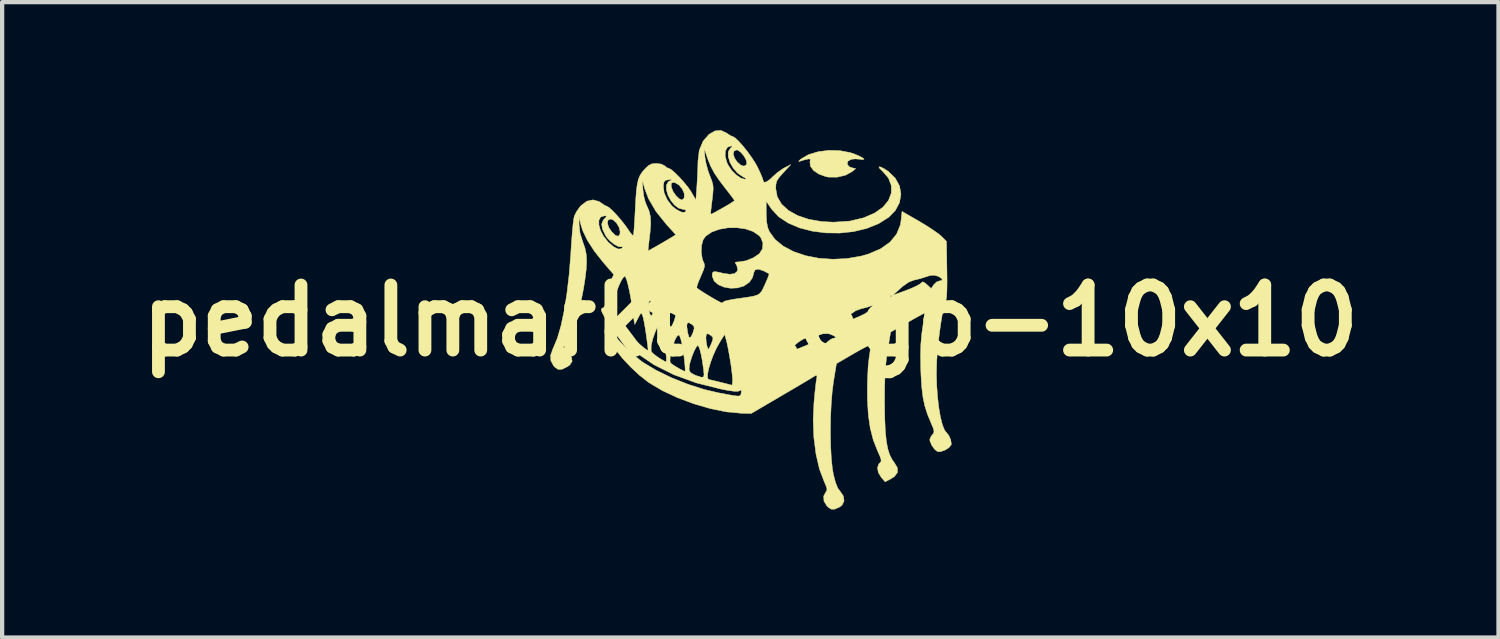
<source format=kicad_pcb>
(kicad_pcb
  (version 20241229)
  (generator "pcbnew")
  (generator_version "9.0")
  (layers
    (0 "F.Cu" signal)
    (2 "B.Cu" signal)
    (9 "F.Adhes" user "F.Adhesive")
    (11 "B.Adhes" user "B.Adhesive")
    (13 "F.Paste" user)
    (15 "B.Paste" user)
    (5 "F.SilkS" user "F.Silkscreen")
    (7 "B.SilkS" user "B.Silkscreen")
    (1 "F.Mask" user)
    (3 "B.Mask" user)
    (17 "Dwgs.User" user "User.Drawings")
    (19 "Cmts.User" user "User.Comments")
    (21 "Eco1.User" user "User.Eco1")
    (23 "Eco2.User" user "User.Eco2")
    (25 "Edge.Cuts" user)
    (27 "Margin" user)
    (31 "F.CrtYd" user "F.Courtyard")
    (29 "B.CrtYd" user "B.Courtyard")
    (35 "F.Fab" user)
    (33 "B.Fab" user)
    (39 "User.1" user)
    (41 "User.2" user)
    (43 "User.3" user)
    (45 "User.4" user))
  (footprint "pedalmarkt-logo-10x10"
    (layer "F.Cu")
    (at 14.522 4.459)
    (property "Reference" "pedalmarkt-logo-10x10" (at 0 0 0) (layer "F.SilkS") (effects (font (size 1.524 1.524) (thickness 0.3))))
    (attr through_hole)
    (fp_poly (pts (xy 2.097 -3.981) (xy 2.344 -3.934) (xy 2.426 -3.906) (xy 2.554 -3.853) (xy 2.635 -3.809) (xy 2.663 -3.78) (xy 2.633 -3.771) (xy 2.569 -3.78) (xy 2.454 -3.788) (xy 2.363 -3.778) (xy 2.285 -3.734) (xy 2.268 -3.669) (xy 2.31 -3.609) (xy 2.368 -3.584) (xy 2.467 -3.559) (xy 2.384 -3.491) (xy 2.227 -3.405) (xy 2.033 -3.36) (xy 1.833 -3.361) (xy 1.766 -3.374) (xy 1.603 -3.433) (xy 1.479 -3.518) (xy 1.407 -3.617) (xy 1.395 -3.72) (xy 1.402 -3.743) (xy 1.405 -3.779) (xy 1.368 -3.788) (xy 1.282 -3.77) (xy 1.166 -3.734) (xy 1.131 -3.729) (xy 1.154 -3.758) (xy 1.185 -3.784) (xy 1.362 -3.888) (xy 1.587 -3.956) (xy 1.838 -3.988) (xy 2.097 -3.981)) (stroke (width 0.01) (type solid)) (fill yes) (layer "F.SilkS"))
    (fp_poly (pts (xy -0.551 -4.391) (xy -0.548 -4.388) (xy -0.471 -4.336) (xy -0.418 -4.314) (xy -0.417 -4.314) (xy -0.362 -4.285) (xy -0.279 -4.207) (xy -0.177 -4.094) (xy -0.069 -3.96) (xy 0.034 -3.817) (xy 0.122 -3.681) (xy 0.164 -3.604) (xy 0.227 -3.472) (xy 0.274 -3.362) (xy 0.297 -3.294) (xy 0.298 -3.286) (xy 0.319 -3.24) (xy 0.377 -3.25) (xy 0.466 -3.314) (xy 0.523 -3.369) (xy 0.635 -3.469) (xy 0.762 -3.557) (xy 0.8 -3.579) (xy 0.948 -3.655) (xy 0.772 -3.465) (xy 0.677 -3.358) (xy 0.624 -3.278) (xy 0.6 -3.199) (xy 0.595 -3.097) (xy 0.595 -3.094) (xy 0.63 -2.901) (xy 0.731 -2.728) (xy 0.893 -2.581) (xy 1.107 -2.461) (xy 1.369 -2.373) (xy 1.672 -2.32) (xy 1.952 -2.306) (xy 2.326 -2.331) (xy 2.653 -2.408) (xy 2.914 -2.521) (xy 3.106 -2.657) (xy 3.236 -2.816) (xy 3.301 -2.989) (xy 3.301 -3.166) (xy 3.234 -3.34) (xy 3.097 -3.499) (xy 3.085 -3.51) (xy 3.021 -3.573) (xy 3.012 -3.603) (xy 3.05 -3.599) (xy 3.126 -3.563) (xy 3.229 -3.496) (xy 3.229 -3.496) (xy 3.394 -3.337) (xy 3.494 -3.155) (xy 3.527 -2.96) (xy 3.493 -2.764) (xy 3.394 -2.577) (xy 3.242 -2.422) (xy 3.001 -2.27) (xy 2.721 -2.158) (xy 2.414 -2.085) (xy 2.093 -2.051) (xy 1.768 -2.055) (xy 1.451 -2.096) (xy 1.154 -2.172) (xy 0.888 -2.285) (xy 0.666 -2.431) (xy 0.498 -2.612) (xy 0.493 -2.619) (xy 0.372 -2.798) (xy 0.372 -2.513) (xy 0.38 -2.322) (xy 0.407 -2.18) (xy 0.445 -2.086) (xy 0.579 -1.901) (xy 0.772 -1.744) (xy 1.015 -1.616) (xy 1.296 -1.521) (xy 1.605 -1.461) (xy 1.931 -1.438) (xy 2.264 -1.454) (xy 2.594 -1.511) (xy 2.774 -1.563) (xy 3.054 -1.684) (xy 3.271 -1.839) (xy 3.425 -2.026) (xy 3.513 -2.242) (xy 3.529 -2.341) (xy 3.552 -2.558) (xy 3.955 -2.326) (xy 4.122 -2.225) (xy 4.277 -2.124) (xy 4.402 -2.037) (xy 4.475 -1.976) (xy 4.593 -1.858) (xy 4.604 -1.187) (xy 4.607 -0.92) (xy 4.604 -0.709) (xy 4.596 -0.561) (xy 4.583 -0.48) (xy 4.578 -0.469) (xy 4.552 -0.406) (xy 4.521 -0.283) (xy 4.489 -0.112) (xy 4.456 0.092) (xy 4.425 0.316) (xy 4.398 0.548) (xy 4.377 0.772) (xy 4.364 0.967) (xy 4.358 1.239) (xy 4.365 1.517) (xy 4.385 1.787) (xy 4.414 2.039) (xy 4.452 2.26) (xy 4.498 2.439) (xy 4.548 2.564) (xy 4.589 2.616) (xy 4.648 2.689) (xy 4.692 2.789) (xy 4.707 2.883) (xy 4.702 2.912) (xy 4.647 2.978) (xy 4.551 3.036) (xy 4.449 3.069) (xy 4.387 3.068) (xy 4.319 3.017) (xy 4.253 2.927) (xy 4.209 2.828) (xy 4.202 2.785) (xy 4.225 2.724) (xy 4.263 2.672) (xy 4.295 2.629) (xy 4.301 2.583) (xy 4.281 2.511) (xy 4.23 2.393) (xy 4.229 2.39) (xy 4.147 2.189) (xy 4.086 1.997) (xy 4.043 1.795) (xy 4.015 1.564) (xy 3.997 1.286) (xy 3.992 1.153) (xy 3.986 0.827) (xy 3.993 0.554) (xy 4.014 0.312) (xy 4.029 0.205) (xy 4.052 0.049) (xy 4.069 -0.076) (xy 4.078 -0.155) (xy 4.078 -0.174) (xy 4.045 -0.159) (xy 3.961 -0.114) (xy 3.837 -0.046) (xy 3.686 0.039) (xy 3.678 0.044) (xy 3.285 0.269) (xy 3.214 0.702) (xy 3.186 0.896) (xy 3.165 1.097) (xy 3.152 1.32) (xy 3.145 1.583) (xy 3.143 1.902) (xy 3.143 1.915) (xy 3.148 2.274) (xy 3.16 2.567) (xy 3.183 2.804) (xy 3.216 2.992) (xy 3.262 3.14) (xy 3.322 3.257) (xy 3.368 3.32) (xy 3.443 3.445) (xy 3.446 3.555) (xy 3.375 3.651) (xy 3.298 3.7) (xy 3.157 3.775) (xy 3.066 3.67) (xy 2.997 3.557) (xy 2.978 3.444) (xy 3.01 3.354) (xy 3.033 3.332) (xy 3.06 3.302) (xy 3.062 3.257) (xy 3.038 3.181) (xy 2.982 3.055) (xy 2.979 3.049) (xy 2.879 2.794) (xy 2.808 2.52) (xy 2.763 2.211) (xy 2.742 1.851) (xy 2.74 1.673) (xy 2.742 1.452) (xy 2.751 1.23) (xy 2.764 1.031) (xy 2.78 0.879) (xy 2.783 0.86) (xy 2.803 0.726) (xy 2.814 0.623) (xy 2.814 0.571) (xy 2.812 0.569) (xy 2.776 0.58) (xy 2.689 0.623) (xy 2.563 0.69) (xy 2.413 0.776) (xy 2.406 0.78) (xy 2.017 1.007) (xy 1.948 1.424) (xy 1.916 1.676) (xy 1.893 1.971) (xy 1.879 2.289) (xy 1.875 2.615) (xy 1.881 2.931) (xy 1.896 3.219) (xy 1.921 3.463) (xy 1.944 3.597) (xy 1.994 3.79) (xy 2.048 3.922) (xy 2.102 3.995) (xy 2.18 4.11) (xy 2.195 4.224) (xy 2.147 4.322) (xy 2.084 4.369) (xy 1.97 4.416) (xy 1.888 4.414) (xy 1.81 4.358) (xy 1.792 4.339) (xy 1.724 4.226) (xy 1.718 4.108) (xy 1.765 4.018) (xy 1.793 3.975) (xy 1.792 3.922) (xy 1.76 3.837) (xy 1.731 3.773) (xy 1.619 3.478) (xy 1.538 3.128) (xy 1.488 2.74) (xy 1.472 2.328) (xy 1.49 1.925) (xy 1.506 1.742) (xy 1.524 1.575) (xy 1.539 1.444) (xy 1.549 1.381) (xy 1.561 1.299) (xy 1.548 1.277) (xy 1.498 1.303) (xy 1.483 1.312) (xy 1.425 1.348) (xy 1.314 1.414) (xy 1.161 1.505) (xy 0.976 1.614) (xy 0.771 1.734) (xy 0.707 1.772) (xy 0.019 2.175) (xy -0.223 2.168) (xy -0.564 2.136) (xy -0.939 2.059) (xy -1.327 1.946) (xy -1.708 1.803) (xy -2.061 1.638) (xy -2.366 1.457) (xy -2.401 1.432) (xy -2.605 1.271) (xy -2.805 1.084) (xy -2.992 0.884) (xy -3.152 0.685) (xy -3.275 0.499) (xy -3.349 0.341) (xy -3.353 0.331) (xy -3.375 0.222) (xy -3.366 0.163) (xy -3.332 0.161) (xy -3.279 0.223) (xy -3.19 0.339) (xy -3.061 0.483) (xy -2.907 0.638) (xy -2.747 0.787) (xy -2.599 0.913) (xy -2.515 0.976) (xy -2.205 1.162) (xy -1.845 1.337) (xy -1.458 1.491) (xy -1.068 1.615) (xy -0.75 1.689) (xy -0.546 1.728) (xy -0.404 1.753) (xy -0.312 1.765) (xy -0.258 1.764) (xy -0.231 1.75) (xy -0.22 1.723) (xy -0.214 1.69) (xy -0.208 1.629) (xy -0.231 1.629) (xy -0.246 1.64) (xy -0.292 1.656) (xy -0.379 1.654) (xy -0.518 1.635) (xy -0.68 1.604) (xy -1.261 1.459) (xy -1.582 1.342) (xy -1.003 1.342) (xy -0.977 1.378) (xy -0.976 1.378) (xy -0.929 1.388) (xy -0.83 1.411) (xy -0.7 1.443) (xy -0.688 1.446) (xy -0.428 1.512) (xy -0.417 1.432) (xy -0.417 1.362) (xy -0.428 1.239) (xy -0.447 1.083) (xy -0.462 0.983) (xy -0.491 0.807) (xy -0.495 0.787) (xy 0.762 0.787) (xy 0.837 0.762) (xy 0.905 0.737) (xy 1.021 0.693) (xy 1.162 0.64) (xy 1.199 0.625) (xy 1.331 0.571) (xy 1.432 0.522) (xy 1.484 0.487) (xy 1.488 0.48) (xy 1.51 0.448) (xy 1.568 0.465) (xy 1.635 0.52) (xy 1.687 0.566) (xy 1.727 0.567) (xy 1.783 0.519) (xy 1.801 0.501) (xy 1.882 0.438) (xy 1.955 0.408) (xy 1.96 0.408) (xy 2.004 0.403) (xy 1.989 0.379) (xy 1.955 0.352) (xy 1.84 0.307) (xy 1.7 0.307) (xy 1.565 0.352) (xy 1.562 0.353) (xy 1.456 0.392) (xy 1.347 0.408) (xy 1.241 0.43) (xy 1.126 0.503) (xy 1.068 0.552) (xy 0.967 0.64) (xy 0.877 0.713) (xy 0.837 0.741) (xy 0.762 0.787) (xy -0.495 0.787) (xy -0.522 0.642) (xy -0.549 0.512) (xy -0.56 0.468) (xy -0.602 0.322) (xy -0.716 0.505) (xy -0.796 0.649) (xy -0.869 0.81) (xy -0.93 0.974) (xy -0.976 1.126) (xy -1.001 1.254) (xy -1.003 1.342) (xy -1.582 1.342) (xy -1.788 1.268) (xy -2.258 1.032) (xy -2.67 0.752) (xy -2.731 0.697) (xy -2.324 0.697) (xy -2.31 0.737) (xy -2.265 0.781) (xy -2.182 0.843) (xy -2.088 0.905) (xy -2.007 0.951) (xy -1.969 0.966) (xy -1.965 0.941) (xy -1.882 0.941) (xy -1.869 0.99) (xy -1.825 1.026) (xy -1.742 1.079) (xy -1.646 1.135) (xy -1.564 1.176) (xy -1.529 1.188) (xy -1.526 1.156) (xy -1.526 1.146) (xy -1.435 1.146) (xy -1.405 1.213) (xy -1.322 1.264) (xy -1.246 1.294) (xy -1.147 1.325) (xy -1.098 1.32) (xy -1.084 1.268) (xy -1.094 1.156) (xy -1.096 1.144) (xy -1.124 0.944) (xy -1.156 0.778) (xy -1.188 0.656) (xy -1.218 0.59) (xy -1.236 0.582) (xy -1.276 0.634) (xy -1.326 0.735) (xy -1.375 0.86) (xy -1.414 0.988) (xy -1.427 1.045) (xy -1.435 1.146) (xy -1.526 1.146) (xy -1.53 1.069) (xy -1.54 0.958) (xy -1.566 0.748) (xy -1.596 0.569) (xy -1.628 0.434) (xy -1.658 0.353) (xy -1.677 0.335) (xy -1.72 0.368) (xy -1.767 0.455) (xy -1.813 0.576) (xy -1.851 0.711) (xy -1.876 0.839) (xy -1.882 0.941) (xy -1.965 0.941) (xy -1.964 0.932) (xy -1.969 0.841) (xy -1.983 0.71) (xy -1.993 0.634) (xy -2.027 0.397) (xy -2.056 0.23) (xy -2.083 0.127) (xy -2.11 0.083) (xy -2.141 0.095) (xy -2.179 0.155) (xy -2.222 0.251) (xy -2.286 0.429) (xy -2.321 0.583) (xy -2.324 0.697) (xy -2.731 0.697) (xy -3.024 0.428) (xy -3.317 0.063) (xy -3.326 0.049) (xy -3.425 -0.106) (xy -3.479 -0.21) (xy -3.484 -0.237) (xy -3.231 -0.237) (xy -3.225 -0.163) (xy -3.198 -0.095) (xy -3.141 -0.013) (xy -3.046 0.103) (xy -3.033 0.119) (xy -2.944 0.217) (xy -2.834 0.329) (xy -2.714 0.443) (xy -2.598 0.548) (xy -2.498 0.632) (xy -2.426 0.685) (xy -2.395 0.696) (xy -2.397 0.658) (xy -2.407 0.563) (xy -2.425 0.428) (xy -2.438 0.335) (xy -2.463 0.17) (xy -2.489 0.024) (xy -2.512 -0.081) (xy -2.521 -0.111) (xy -2.544 -0.165) (xy -2.565 -0.17) (xy -2.598 -0.119) (xy -2.63 -0.057) (xy -2.706 0.089) (xy -2.727 -0.02) (xy -2.743 -0.121) (xy -2.762 -0.257) (xy -2.772 -0.335) (xy -2.775 -0.358) (xy -2.38 -0.358) (xy -2.372 -0.244) (xy -2.352 -0.155) (xy -2.325 -0.112) (xy -2.321 -0.112) (xy -2.299 -0.142) (xy -2.293 -0.155) (xy -1.934 -0.155) (xy -1.926 -0.056) (xy -1.907 0.045) (xy -1.883 0.122) (xy -1.862 0.149) (xy -1.844 0.128) (xy -1.488 0.128) (xy -1.47 0.262) (xy -1.464 0.293) (xy -1.438 0.383) (xy -1.408 0.4) (xy -1.408 0.4) (xy -1.041 0.4) (xy -1.033 0.497) (xy -1.016 0.592) (xy -0.994 0.656) (xy -0.982 0.669) (xy -0.96 0.639) (xy -0.923 0.562) (xy -0.911 0.534) (xy -0.878 0.444) (xy -0.878 0.393) (xy -0.913 0.355) (xy -0.92 0.349) (xy -0.995 0.305) (xy -1.031 0.32) (xy -1.041 0.4) (xy -1.408 0.4) (xy -1.371 0.345) (xy -1.343 0.276) (xy -1.315 0.185) (xy -1.322 0.133) (xy -1.363 0.091) (xy -1.421 0.057) (xy 2.112 0.057) (xy 2.165 0.046) (xy 2.268 0.013) (xy 2.388 -0.031) (xy 2.551 -0.097) (xy 2.675 -0.157) (xy 2.748 -0.204) (xy 2.761 -0.223) (xy 2.782 -0.246) (xy 2.832 -0.217) (xy 2.881 -0.171) (xy 2.955 -0.11) (xy 2.999 -0.099) (xy 3.004 -0.107) (xy 3.067 -0.197) (xy 3.165 -0.254) (xy 3.21 -0.262) (xy 3.264 -0.265) (xy 3.263 -0.284) (xy 3.206 -0.333) (xy 3.203 -0.336) (xy 3.104 -0.395) (xy 2.998 -0.402) (xy 2.861 -0.358) (xy 2.856 -0.355) (xy 2.728 -0.311) (xy 2.598 -0.28) (xy 2.47 -0.234) (xy 2.343 -0.146) (xy 2.336 -0.139) (xy 2.237 -0.05) (xy 2.142 0.026) (xy 2.118 0.044) (xy 2.112 0.057) (xy -1.421 0.057) (xy -1.437 0.048) (xy -1.478 0.058) (xy -1.488 0.128) (xy -1.844 0.128) (xy -1.835 0.117) (xy -1.798 0.04) (xy -1.789 0.016) (xy -1.761 -0.072) (xy -1.752 -0.124) (xy -1.754 -0.128) (xy -1.793 -0.151) (xy -1.85 -0.182) (xy -1.912 -0.207) (xy -1.932 -0.183) (xy -1.934 -0.155) (xy -2.293 -0.155) (xy -2.262 -0.219) (xy -2.25 -0.247) (xy -2.216 -0.335) (xy -2.202 -0.386) (xy -2.203 -0.391) (xy -2.24 -0.412) (xy -2.296 -0.443) (xy -2.352 -0.466) (xy -2.375 -0.445) (xy -2.38 -0.366) (xy -2.38 -0.358) (xy -2.775 -0.358) (xy -2.795 -0.501) (xy -2.826 -0.669) (xy -2.849 -0.774) (xy -1.256 -0.774) (xy -1.256 -0.773) (xy -1.222 -0.743) (xy -1.141 -0.688) (xy -1.03 -0.618) (xy -0.909 -0.545) (xy -0.795 -0.479) (xy -0.706 -0.431) (xy -0.66 -0.413) (xy -0.632 -0.436) (xy -0.632 -0.439) (xy -0.598 -0.457) (xy -0.506 -0.48) (xy -0.373 -0.504) (xy -0.288 -0.517) (xy -0.086 -0.545) (xy 0.057 -0.569) (xy 0.085 -0.576) (xy 3.273 -0.576) (xy 3.291 -0.558) (xy 3.31 -0.576) (xy 3.293 -0.594) (xy 3.338 -0.594) (xy 3.646 -0.707) (xy 3.79 -0.765) (xy 3.909 -0.821) (xy 3.983 -0.865) (xy 3.996 -0.878) (xy 4.031 -0.909) (xy 4.074 -0.895) (xy 4.137 -0.843) (xy 4.236 -0.751) (xy 4.294 -0.84) (xy 4.361 -0.906) (xy 4.426 -0.93) (xy 4.49 -0.944) (xy 4.489 -0.978) (xy 4.427 -1.023) (xy 4.39 -1.041) (xy 4.302 -1.065) (xy 4.211 -1.057) (xy 4.12 -1.029) (xy 3.988 -0.987) (xy 3.858 -0.954) (xy 3.83 -0.949) (xy 3.707 -0.901) (xy 3.563 -0.799) (xy 3.519 -0.76) (xy 3.338 -0.594) (xy 3.293 -0.594) (xy 3.291 -0.595) (xy 3.273 -0.576) (xy 0.085 -0.576) (xy 0.154 -0.595) (xy 0.218 -0.633) (xy 0.264 -0.687) (xy 0.305 -0.766) (xy 0.342 -0.846) (xy 0.394 -0.965) (xy 0.429 -1.054) (xy 0.44 -1.096) (xy 0.439 -1.096) (xy 0.402 -1.118) (xy 0.324 -1.159) (xy 0.309 -1.166) (xy 0.191 -1.206) (xy 0.111 -1.188) (xy 0.076 -1.114) (xy 0.074 -1.09) (xy 0.048 -1.003) (xy -0.016 -0.909) (xy -0.03 -0.894) (xy -0.153 -0.81) (xy -0.303 -0.766) (xy -0.463 -0.759) (xy -0.618 -0.786) (xy -0.751 -0.843) (xy -0.848 -0.928) (xy -0.891 -1.038) (xy -0.893 -1.06) (xy -0.887 -1.118) (xy -0.861 -1.145) (xy -0.798 -1.145) (xy -0.683 -1.12) (xy -0.649 -1.111) (xy -0.485 -1.086) (xy -0.369 -1.102) (xy -0.306 -1.157) (xy -0.298 -1.202) (xy -0.316 -1.289) (xy -0.342 -1.331) (xy -0.357 -1.362) (xy -0.314 -1.375) (xy -0.267 -1.376) (xy -0.103 -1.402) (xy 0.069 -1.471) (xy 0.21 -1.567) (xy 0.213 -1.57) (xy 0.284 -1.683) (xy 0.295 -1.815) (xy 0.246 -1.943) (xy 0.208 -1.989) (xy 0.068 -2.086) (xy -0.112 -2.148) (xy -0.316 -2.177) (xy -0.527 -2.174) (xy -0.729 -2.139) (xy -0.906 -2.074) (xy -1.042 -1.98) (xy -1.105 -1.896) (xy -1.142 -1.764) (xy -1.149 -1.602) (xy -1.126 -1.449) (xy -1.101 -1.383) (xy -1.076 -1.324) (xy -1.074 -1.265) (xy -1.097 -1.185) (xy -1.149 -1.063) (xy -1.157 -1.044) (xy -1.21 -0.921) (xy -1.245 -0.825) (xy -1.256 -0.774) (xy -2.849 -0.774) (xy -2.86 -0.823) (xy -2.893 -0.946) (xy -2.923 -1.023) (xy -2.939 -1.041) (xy -2.979 -1.008) (xy -3.031 -0.921) (xy -3.088 -0.798) (xy -3.143 -0.655) (xy -3.189 -0.512) (xy -3.218 -0.384) (xy -3.224 -0.34) (xy -3.231 -0.237) (xy -3.484 -0.237) (xy -3.491 -0.271) (xy -3.463 -0.296) (xy -3.445 -0.298) (xy -3.412 -0.328) (xy -3.387 -0.423) (xy -3.373 -0.538) (xy -3.348 -0.693) (xy -3.307 -0.843) (xy -3.273 -0.928) (xy -3.197 -1.078) (xy -3.451 -1.372) (xy -3.654 -1.63) (xy -3.816 -1.881) (xy -3.928 -2.113) (xy -3.967 -2.243) (xy -3.547 -2.243) (xy -3.51 -2.114) (xy -3.437 -1.975) (xy -3.33 -1.841) (xy -3.321 -1.832) (xy -3.197 -1.727) (xy -3.093 -1.677) (xy -3.017 -1.686) (xy -2.994 -1.71) (xy -2.999 -1.732) (xy -3.022 -1.728) (xy -3.09 -1.735) (xy -3.185 -1.786) (xy -3.284 -1.865) (xy -3.367 -1.956) (xy -3.389 -1.99) (xy -3.463 -2.144) (xy -3.482 -2.261) (xy -3.473 -2.284) (xy -3.346 -2.284) (xy -3.318 -2.188) (xy -3.251 -2.085) (xy -3.16 -1.998) (xy -3.094 -1.975) (xy -3.057 -2.017) (xy -3.049 -2.078) (xy -3.074 -2.187) (xy -3.135 -2.289) (xy -3.214 -2.361) (xy -3.275 -2.38) (xy -3.333 -2.353) (xy -3.346 -2.284) (xy -3.473 -2.284) (xy -3.446 -2.353) (xy -3.425 -2.377) (xy -3.373 -2.432) (xy -3.374 -2.452) (xy -3.42 -2.454) (xy -3.504 -2.427) (xy -3.546 -2.352) (xy -3.547 -2.243) (xy -3.967 -2.243) (xy -3.977 -2.277) (xy -4.008 -2.436) (xy -4.011 -2.25) (xy -3.987 -2.042) (xy -3.923 -1.841) (xy -3.873 -1.699) (xy -3.843 -1.553) (xy -3.834 -1.391) (xy -3.844 -1.196) (xy -3.874 -0.955) (xy -3.909 -0.739) (xy -3.989 -0.33) (xy -4.081 0.013) (xy -4.184 0.286) (xy -4.27 0.449) (xy -4.378 0.618) (xy -4.272 0.737) (xy -4.188 0.856) (xy -4.173 0.952) (xy -4.226 1.036) (xy -4.286 1.079) (xy -4.409 1.139) (xy -4.501 1.142) (xy -4.581 1.087) (xy -4.609 1.055) (xy -4.672 0.937) (xy -4.677 0.809) (xy -4.622 0.653) (xy -4.61 0.63) (xy -4.518 0.407) (xy -4.434 0.117) (xy -4.36 -0.232) (xy -4.296 -0.633) (xy -4.244 -1.077) (xy -4.205 -1.559) (xy -4.2 -1.649) (xy -4.185 -1.875) (xy -4.169 -2.082) (xy -4.152 -2.257) (xy -4.135 -2.385) (xy -4.123 -2.446) (xy -4.073 -2.549) (xy -3.993 -2.662) (xy -3.962 -2.697) (xy -3.827 -2.798) (xy -3.683 -2.829) (xy -3.54 -2.788) (xy -3.486 -2.752) (xy -3.411 -2.7) (xy -3.359 -2.678) (xy -3.358 -2.678) (xy -3.31 -2.65) (xy -3.23 -2.578) (xy -3.132 -2.476) (xy -3.03 -2.359) (xy -2.936 -2.24) (xy -2.87 -2.146) (xy -2.808 -2.055) (xy -2.76 -2.002) (xy -2.741 -1.997) (xy -2.733 -2.043) (xy -2.723 -2.149) (xy -2.712 -2.302) (xy -2.702 -2.489) (xy -2.697 -2.585) (xy -2.683 -2.848) (xy -2.668 -3.05) (xy -2.647 -3.202) (xy -2.625 -3.291) (xy -2.53 -3.291) (xy -2.515 -3.065) (xy -2.495 -2.918) (xy -2.461 -2.78) (xy -2.434 -2.712) (xy -2.373 -2.573) (xy -2.34 -2.434) (xy -2.333 -2.272) (xy -2.348 -2.067) (xy -2.357 -1.988) (xy -2.375 -1.837) (xy -2.388 -1.718) (xy -2.394 -1.648) (xy -2.393 -1.636) (xy -2.359 -1.653) (xy -2.277 -1.699) (xy -2.165 -1.762) (xy -2.15 -1.771) (xy -2.02 -1.846) (xy -1.905 -1.914) (xy -1.83 -1.959) (xy -1.83 -1.959) (xy -1.745 -2.012) (xy -1.96 -2.248) (xy -2.21 -2.558) (xy -2.386 -2.859) (xy -2.472 -3.087) (xy -2.49 -3.15) (xy -2.038 -3.15) (xy -2.019 -2.995) (xy -1.947 -2.833) (xy -1.837 -2.688) (xy -1.739 -2.608) (xy -1.623 -2.545) (xy -1.547 -2.534) (xy -1.506 -2.566) (xy -1.519 -2.595) (xy -1.569 -2.604) (xy -1.677 -2.633) (xy -1.778 -2.709) (xy -1.864 -2.816) (xy -1.929 -2.938) (xy -1.965 -3.062) (xy -1.966 -3.171) (xy -1.962 -3.178) (xy -1.855 -3.178) (xy -1.846 -3.115) (xy -1.808 -3.021) (xy -1.741 -2.926) (xy -1.664 -2.853) (xy -1.601 -2.826) (xy -1.562 -2.856) (xy -1.548 -2.882) (xy -1.547 -2.977) (xy -1.594 -3.083) (xy -1.67 -3.175) (xy -1.76 -3.23) (xy -1.796 -3.235) (xy -1.844 -3.225) (xy -1.855 -3.178) (xy -1.962 -3.178) (xy -1.923 -3.251) (xy -1.887 -3.273) (xy -1.837 -3.297) (xy -1.85 -3.304) (xy -1.915 -3.3) (xy -1.989 -3.286) (xy -2.024 -3.244) (xy -2.038 -3.152) (xy -2.038 -3.15) (xy -2.49 -3.15) (xy -2.53 -3.291) (xy -2.625 -3.291) (xy -2.619 -3.317) (xy -2.58 -3.408) (xy -2.528 -3.485) (xy -2.478 -3.543) (xy -2.387 -3.631) (xy -2.305 -3.672) (xy -2.203 -3.682) (xy -2.088 -3.667) (xy -2.013 -3.631) (xy -2.008 -3.626) (xy -1.948 -3.579) (xy -1.916 -3.57) (xy -1.86 -3.543) (xy -1.773 -3.47) (xy -1.669 -3.367) (xy -1.56 -3.247) (xy -1.461 -3.126) (xy -1.385 -3.016) (xy -1.377 -3.002) (xy -1.276 -2.825) (xy -1.251 -3.166) (xy -1.24 -3.352) (xy -1.231 -3.543) (xy -1.227 -3.702) (xy -1.226 -3.734) (xy -1.196 -3.989) (xy -1.177 -4.035) (xy -1.081 -4.035) (xy -1.063 -3.83) (xy -1.037 -3.682) (xy -0.991 -3.51) (xy -0.949 -3.394) (xy -0.902 -3.274) (xy -0.876 -3.18) (xy -0.87 -3.084) (xy -0.879 -2.96) (xy -0.891 -2.856) (xy -0.909 -2.711) (xy -0.922 -2.594) (xy -0.929 -2.526) (xy -0.93 -2.517) (xy -0.928 -2.5) (xy -0.914 -2.497) (xy -0.877 -2.512) (xy -0.804 -2.551) (xy -0.683 -2.619) (xy -0.623 -2.653) (xy -0.504 -2.722) (xy -0.416 -2.778) (xy -0.374 -2.81) (xy -0.372 -2.813) (xy -0.393 -2.848) (xy -0.451 -2.926) (xy -0.534 -3.034) (xy -0.57 -3.079) (xy -0.726 -3.284) (xy -0.842 -3.455) (xy -0.927 -3.613) (xy -0.994 -3.778) (xy -1.01 -3.824) (xy -1.022 -3.86) (xy -0.59 -3.86) (xy -0.553 -3.715) (xy -0.522 -3.647) (xy -0.439 -3.523) (xy -0.332 -3.414) (xy -0.221 -3.338) (xy -0.13 -3.311) (xy -0.098 -3.319) (xy -0.129 -3.346) (xy -0.179 -3.372) (xy -0.301 -3.457) (xy -0.402 -3.574) (xy -0.477 -3.707) (xy -0.517 -3.839) (xy -0.517 -3.903) (xy -0.4 -3.903) (xy -0.371 -3.809) (xy -0.313 -3.722) (xy -0.225 -3.643) (xy -0.148 -3.618) (xy -0.095 -3.65) (xy -0.083 -3.684) (xy -0.097 -3.761) (xy -0.149 -3.855) (xy -0.22 -3.94) (xy -0.292 -3.992) (xy -0.318 -3.998) (xy -0.382 -3.972) (xy -0.4 -3.903) (xy -0.517 -3.903) (xy -0.517 -3.954) (xy -0.469 -4.036) (xy -0.463 -4.041) (xy -0.422 -4.079) (xy -0.443 -4.091) (xy -0.45 -4.091) (xy -0.536 -4.061) (xy -0.583 -3.979) (xy -0.59 -3.86) (xy -1.022 -3.86) (xy -1.081 -4.035) (xy -1.177 -4.035) (xy -1.107 -4.202) (xy -0.969 -4.362) (xy -0.827 -4.444) (xy -0.686 -4.454) (xy -0.551 -4.391)) (stroke (width 0.01) (type solid)) (fill yes) (layer "F.SilkS")))
  (gr_rect
    (start -3 -3)
    (end 32.043 11.88)
    (stroke (width 0.1) (type default))
    (fill no)
    (layer "Edge.Cuts")))
</source>
